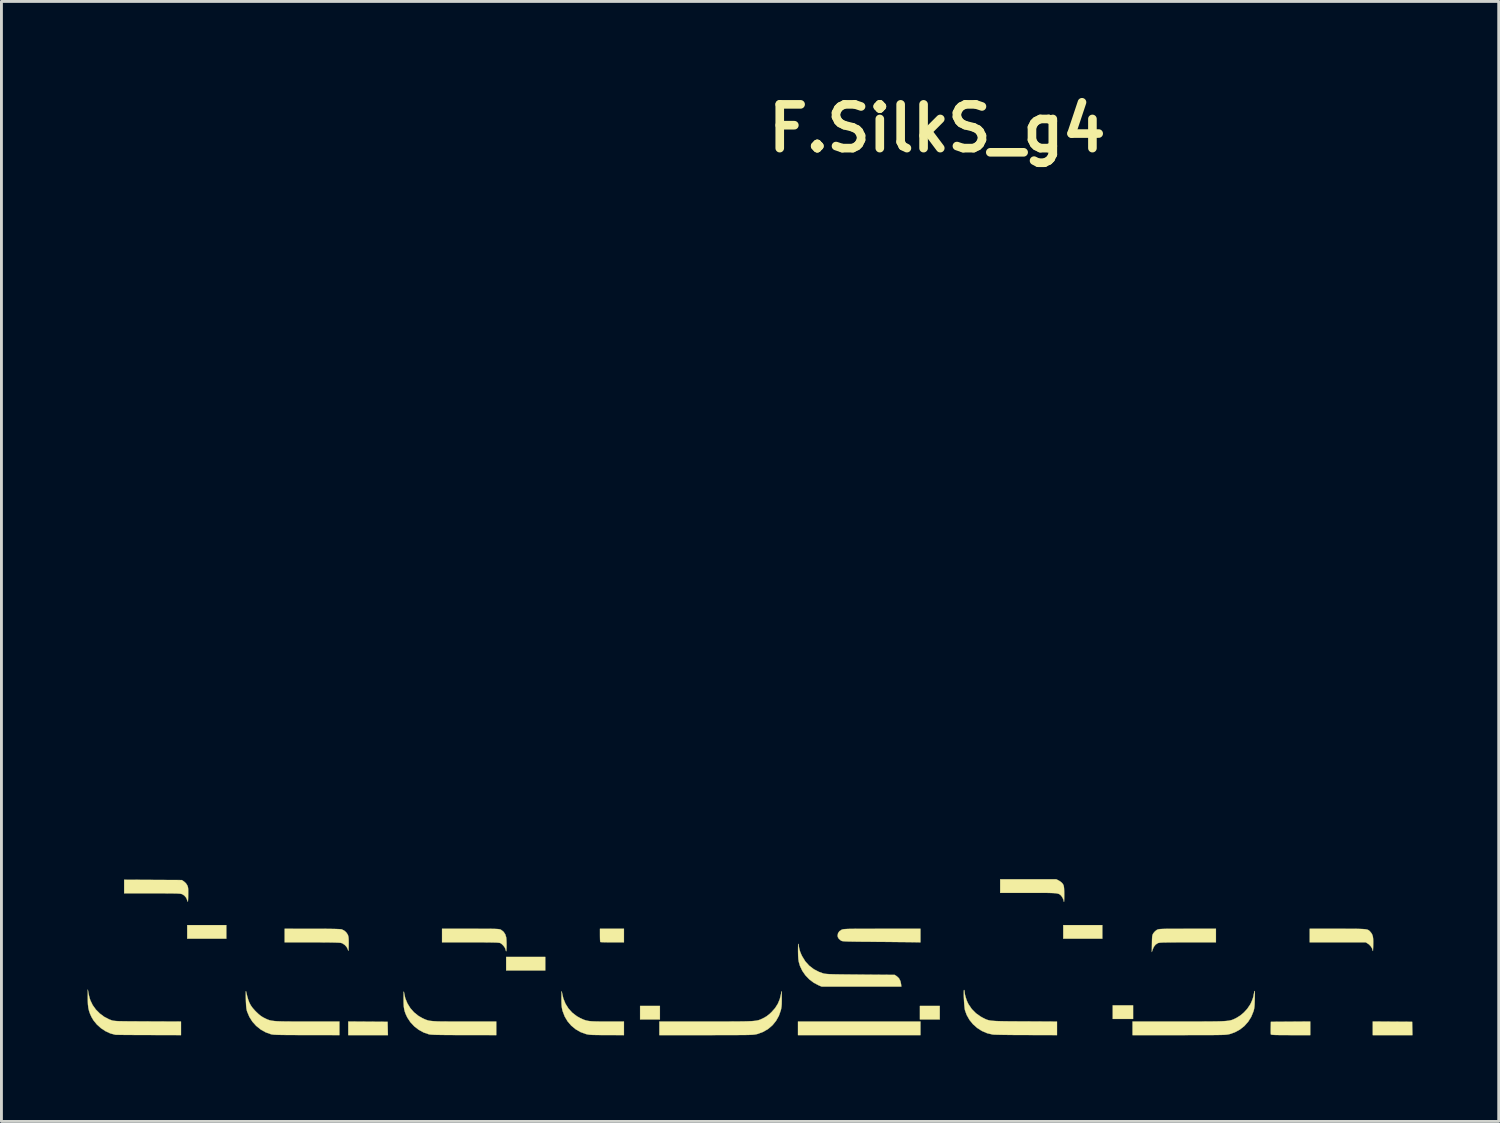
<source format=kicad_pcb>
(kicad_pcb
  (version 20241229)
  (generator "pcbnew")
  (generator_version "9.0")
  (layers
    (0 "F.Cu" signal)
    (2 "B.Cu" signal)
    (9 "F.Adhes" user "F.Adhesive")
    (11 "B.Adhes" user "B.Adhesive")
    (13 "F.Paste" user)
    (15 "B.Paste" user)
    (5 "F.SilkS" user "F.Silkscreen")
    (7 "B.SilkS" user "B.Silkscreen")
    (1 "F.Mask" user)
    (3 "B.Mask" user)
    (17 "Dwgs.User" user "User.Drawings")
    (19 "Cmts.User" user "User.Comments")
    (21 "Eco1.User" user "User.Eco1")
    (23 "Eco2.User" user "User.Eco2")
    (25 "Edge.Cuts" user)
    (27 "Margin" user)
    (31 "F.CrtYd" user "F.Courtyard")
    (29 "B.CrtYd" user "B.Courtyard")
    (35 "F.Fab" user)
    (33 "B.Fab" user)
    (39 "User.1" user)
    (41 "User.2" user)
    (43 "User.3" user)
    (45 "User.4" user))
  (footprint "F.SilkS_g4"
    (layer "F.Cu")
    (at 29.576 1.418)
    (property "Reference" "F.SilkS_g4" (at 0 0 0) (layer "F.SilkS") (effects (font (size 1.524 1.524) (thickness 0.3))))
    (attr through_hole)
    (fp_poly (pts (xy -24.747 28.212) (xy -26.108 28.212) (xy -26.108 27.74) (xy -24.747 27.74) (xy -24.747 28.212)) (stroke (width 0.01) (type solid)) (fill yes) (layer "F.SilkS"))
    (fp_poly (pts (xy -13.643 29.319) (xy -15.004 29.319) (xy -15.004 28.847) (xy -13.643 28.847) (xy -13.643 29.319)) (stroke (width 0.01) (type solid)) (fill yes) (layer "F.SilkS"))
    (fp_poly (pts (xy -9.652 31.024) (xy -10.341 31.024) (xy -10.341 30.553) (xy -9.652 30.553) (xy -9.652 31.024)) (stroke (width 0.01) (type solid)) (fill yes) (layer "F.SilkS"))
    (fp_poly (pts (xy -0.581 31.569) (xy -4.844 31.569) (xy -4.844 31.097) (xy -0.581 31.097) (xy -0.581 31.569)) (stroke (width 0.01) (type solid)) (fill yes) (layer "F.SilkS"))
    (fp_poly (pts (xy 0.091 31.024) (xy -0.599 31.024) (xy -0.599 30.553) (xy 0.091 30.553) (xy 0.091 31.024)) (stroke (width 0.01) (type solid)) (fill yes) (layer "F.SilkS"))
    (fp_poly (pts (xy 5.751 28.212) (xy 4.391 28.212) (xy 4.391 27.74) (xy 5.751 27.74) (xy 5.751 28.212)) (stroke (width 0.01) (type solid)) (fill yes) (layer "F.SilkS"))
    (fp_poly (pts (xy 6.822 31.006) (xy 6.114 31.006) (xy 6.114 30.534) (xy 6.822 30.534) (xy 6.822 31.006)) (stroke (width 0.01) (type solid)) (fill yes) (layer "F.SilkS"))
    (fp_poly (pts (xy -19.817 31.101) (xy -19.132 31.106) (xy -19.127 31.337) (xy -19.121 31.569) (xy -20.501 31.569) (xy -20.501 31.096) (xy -19.817 31.101)) (stroke (width 0.01) (type solid)) (fill yes) (layer "F.SilkS"))
    (fp_poly (pts (xy 15.852 31.101) (xy 16.537 31.106) (xy 16.542 31.337) (xy 16.547 31.569) (xy 15.167 31.569) (xy 15.167 31.096) (xy 15.852 31.101)) (stroke (width 0.01) (type solid)) (fill yes) (layer "F.SilkS"))
    (fp_poly (pts (xy -10.904 28.339) (xy -11.309 28.339) (xy -11.427 28.339) (xy -11.532 28.337) (xy -11.62 28.335) (xy -11.684 28.332) (xy -11.721 28.329) (xy -11.726 28.327) (xy -11.731 28.305) (xy -11.735 28.255) (xy -11.737 28.182) (xy -11.738 28.096) (xy -11.738 28.091) (xy -11.738 27.867) (xy -10.904 27.867) (xy -10.904 28.339)) (stroke (width 0.01) (type solid)) (fill yes) (layer "F.SilkS"))
    (fp_poly (pts (xy 12.99 31.569) (xy 12.309 31.569) (xy 12.128 31.568) (xy 11.979 31.568) (xy 11.861 31.566) (xy 11.771 31.564) (xy 11.704 31.561) (xy 11.659 31.557) (xy 11.632 31.552) (xy 11.62 31.546) (xy 11.619 31.545) (xy 11.616 31.518) (xy 11.614 31.463) (xy 11.614 31.389) (xy 11.615 31.313) (xy 11.62 31.106) (xy 12.305 31.101) (xy 12.99 31.096) (xy 12.99 31.569)) (stroke (width 0.01) (type solid)) (fill yes) (layer "F.SilkS"))
    (fp_poly (pts (xy 14.164 27.867) (xy 14.352 27.868) (xy 14.509 27.868) (xy 14.639 27.87) (xy 14.744 27.873) (xy 14.829 27.877) (xy 14.895 27.882) (xy 14.946 27.89) (xy 14.985 27.9) (xy 15.015 27.913) (xy 15.038 27.929) (xy 15.059 27.948) (xy 15.079 27.97) (xy 15.09 27.982) (xy 15.127 28.03) (xy 15.153 28.082) (xy 15.171 28.143) (xy 15.18 28.22) (xy 15.183 28.321) (xy 15.181 28.43) (xy 15.179 28.516) (xy 15.176 28.583) (xy 15.174 28.627) (xy 15.172 28.642) (xy 15.171 28.64) (xy 15.148 28.56) (xy 15.1 28.48) (xy 15.036 28.412) (xy 15.007 28.392) (xy 14.924 28.339) (xy 12.972 28.339) (xy 12.972 27.867) (xy 13.943 27.867) (xy 14.164 27.867)) (stroke (width 0.01) (type solid)) (fill yes) (layer "F.SilkS"))
    (fp_poly (pts (xy -27.299 26.166) (xy -26.295 26.171) (xy -26.222 26.22) (xy -26.154 26.282) (xy -26.109 26.349) (xy -26.094 26.384) (xy -26.083 26.419) (xy -26.077 26.462) (xy -26.074 26.519) (xy -26.074 26.599) (xy -26.075 26.698) (xy -26.077 26.8) (xy -26.08 26.87) (xy -26.083 26.91) (xy -26.087 26.924) (xy -26.092 26.917) (xy -26.1 26.892) (xy -26.102 26.886) (xy -26.144 26.785) (xy -26.211 26.709) (xy -26.272 26.669) (xy -26.288 26.662) (xy -26.307 26.655) (xy -26.331 26.65) (xy -26.363 26.645) (xy -26.406 26.642) (xy -26.464 26.639) (xy -26.539 26.637) (xy -26.634 26.636) (xy -26.753 26.635) (xy -26.899 26.634) (xy -27.074 26.634) (xy -27.282 26.634) (xy -27.322 26.634) (xy -28.303 26.634) (xy -28.303 26.161) (xy -27.299 26.166)) (stroke (width 0.01) (type solid)) (fill yes) (layer "F.SilkS"))
    (fp_poly (pts (xy 4.237 26.189) (xy 4.305 26.233) (xy 4.361 26.286) (xy 4.372 26.301) (xy 4.392 26.334) (xy 4.406 26.368) (xy 4.414 26.411) (xy 4.42 26.473) (xy 4.423 26.561) (xy 4.424 26.578) (xy 4.425 26.653) (xy 4.425 26.729) (xy 4.424 26.801) (xy 4.422 26.863) (xy 4.42 26.908) (xy 4.417 26.932) (xy 4.414 26.93) (xy 4.412 26.91) (xy 4.398 26.855) (xy 4.368 26.789) (xy 4.33 26.73) (xy 4.306 26.702) (xy 4.285 26.684) (xy 4.264 26.668) (xy 4.239 26.655) (xy 4.209 26.645) (xy 4.169 26.636) (xy 4.118 26.629) (xy 4.051 26.624) (xy 3.966 26.621) (xy 3.859 26.618) (xy 3.729 26.617) (xy 3.571 26.616) (xy 3.382 26.616) (xy 3.167 26.616) (xy 2.195 26.616) (xy 2.195 26.144) (xy 4.148 26.144) (xy 4.237 26.189)) (stroke (width 0.01) (type solid)) (fill yes) (layer "F.SilkS"))
    (fp_poly (pts (xy -21.758 27.868) (xy -21.522 27.868) (xy -21.313 27.869) (xy -21.135 27.871) (xy -20.987 27.873) (xy -20.871 27.877) (xy -20.789 27.881) (xy -20.741 27.885) (xy -20.732 27.887) (xy -20.646 27.928) (xy -20.57 27.995) (xy -20.516 28.077) (xy -20.511 28.091) (xy -20.499 28.133) (xy -20.491 28.186) (xy -20.487 28.256) (xy -20.486 28.352) (xy -20.487 28.419) (xy -20.489 28.518) (xy -20.492 28.584) (xy -20.495 28.621) (xy -20.499 28.632) (xy -20.505 28.622) (xy -20.513 28.593) (xy -20.514 28.59) (xy -20.552 28.509) (xy -20.616 28.436) (xy -20.695 28.38) (xy -20.75 28.359) (xy -20.786 28.354) (xy -20.858 28.35) (xy -20.964 28.346) (xy -21.103 28.343) (xy -21.275 28.341) (xy -21.478 28.34) (xy -21.711 28.339) (xy -21.767 28.339) (xy -22.715 28.339) (xy -22.715 27.867) (xy -21.758 27.868)) (stroke (width 0.01) (type solid)) (fill yes) (layer "F.SilkS"))
    (fp_poly (pts (xy 9.706 28.339) (xy 8.725 28.339) (xy 8.507 28.339) (xy 8.323 28.34) (xy 8.169 28.34) (xy 8.043 28.342) (xy 7.941 28.343) (xy 7.861 28.345) (xy 7.8 28.348) (xy 7.754 28.352) (xy 7.721 28.357) (xy 7.698 28.362) (xy 7.684 28.367) (xy 7.605 28.419) (xy 7.547 28.493) (xy 7.508 28.579) (xy 7.475 28.675) (xy 7.479 28.383) (xy 7.481 28.274) (xy 7.484 28.194) (xy 7.488 28.137) (xy 7.495 28.097) (xy 7.505 28.066) (xy 7.519 28.038) (xy 7.534 28.016) (xy 7.58 27.962) (xy 7.636 27.915) (xy 7.656 27.904) (xy 7.672 27.896) (xy 7.691 27.889) (xy 7.714 27.884) (xy 7.745 27.879) (xy 7.787 27.876) (xy 7.842 27.873) (xy 7.915 27.871) (xy 8.007 27.869) (xy 8.123 27.868) (xy 8.265 27.868) (xy 8.435 27.868) (xy 8.638 27.867) (xy 8.717 27.867) (xy 9.706 27.867) (xy 9.706 28.339)) (stroke (width 0.01) (type solid)) (fill yes) (layer "F.SilkS"))
    (fp_poly (pts (xy -16.026 27.867) (xy -15.844 27.868) (xy -15.691 27.868) (xy -15.566 27.869) (xy -15.465 27.87) (xy -15.386 27.872) (xy -15.324 27.875) (xy -15.278 27.878) (xy -15.244 27.883) (xy -15.219 27.888) (xy -15.201 27.894) (xy -15.186 27.901) (xy -15.098 27.968) (xy -15.036 28.059) (xy -15.004 28.161) (xy -14.998 28.209) (xy -14.994 28.274) (xy -14.991 28.35) (xy -14.99 28.43) (xy -14.991 28.507) (xy -14.993 28.573) (xy -14.997 28.623) (xy -15.002 28.649) (xy -15.007 28.648) (xy -15.02 28.609) (xy -15.03 28.571) (xy -15.054 28.517) (xy -15.099 28.457) (xy -15.154 28.402) (xy -15.206 28.365) (xy -15.222 28.36) (xy -15.248 28.355) (xy -15.286 28.351) (xy -15.34 28.347) (xy -15.412 28.345) (xy -15.505 28.343) (xy -15.622 28.341) (xy -15.766 28.34) (xy -15.939 28.339) (xy -16.144 28.339) (xy -16.246 28.339) (xy -17.236 28.339) (xy -17.236 27.867) (xy -16.242 27.867) (xy -16.026 27.867)) (stroke (width 0.01) (type solid)) (fill yes) (layer "F.SilkS"))
    (fp_poly (pts (xy -4.828 28.406) (xy -4.824 28.43) (xy -4.801 28.554) (xy -4.772 28.658) (xy -4.731 28.759) (xy -4.696 28.83) (xy -4.588 29.004) (xy -4.454 29.152) (xy -4.295 29.274) (xy -4.112 29.369) (xy -3.963 29.422) (xy -3.938 29.428) (xy -3.909 29.433) (xy -3.871 29.438) (xy -3.824 29.442) (xy -3.763 29.446) (xy -3.686 29.449) (xy -3.59 29.452) (xy -3.473 29.454) (xy -3.331 29.456) (xy -3.162 29.458) (xy -2.964 29.46) (xy -2.732 29.462) (xy -2.666 29.463) (xy -1.476 29.473) (xy -1.403 29.521) (xy -1.328 29.592) (xy -1.278 29.688) (xy -1.256 29.795) (xy -1.247 29.881) (xy -4.019 29.88) (xy -4.122 29.837) (xy -4.293 29.747) (xy -4.449 29.63) (xy -4.583 29.49) (xy -4.694 29.331) (xy -4.775 29.16) (xy -4.817 29.016) (xy -4.831 28.924) (xy -4.839 28.799) (xy -4.842 28.646) (xy -4.842 28.611) (xy -4.841 28.508) (xy -4.839 28.439) (xy -4.837 28.4) (xy -4.833 28.39) (xy -4.828 28.406)) (stroke (width 0.01) (type solid)) (fill yes) (layer "F.SilkS"))
    (fp_poly (pts (xy -13.066 30.058) (xy -13.061 30.09) (xy -13.015 30.291) (xy -12.939 30.477) (xy -12.834 30.644) (xy -12.702 30.789) (xy -12.547 30.909) (xy -12.437 30.971) (xy -12.369 31.003) (xy -12.309 31.03) (xy -12.25 31.051) (xy -12.189 31.067) (xy -12.121 31.079) (xy -12.041 31.087) (xy -11.944 31.092) (xy -11.826 31.095) (xy -11.681 31.097) (xy -11.505 31.097) (xy -11.49 31.097) (xy -10.904 31.097) (xy -10.904 31.569) (xy -11.498 31.568) (xy -11.665 31.567) (xy -11.801 31.566) (xy -11.909 31.564) (xy -11.995 31.562) (xy -12.063 31.558) (xy -12.117 31.553) (xy -12.162 31.546) (xy -12.203 31.537) (xy -12.225 31.532) (xy -12.413 31.464) (xy -12.584 31.366) (xy -12.736 31.241) (xy -12.864 31.092) (xy -12.965 30.923) (xy -13.037 30.735) (xy -13.046 30.702) (xy -13.06 30.638) (xy -13.07 30.571) (xy -13.076 30.493) (xy -13.079 30.396) (xy -13.079 30.273) (xy -13.078 30.168) (xy -13.076 30.096) (xy -13.074 30.056) (xy -13.071 30.044) (xy -13.066 30.058)) (stroke (width 0.01) (type solid)) (fill yes) (layer "F.SilkS"))
    (fp_poly (pts (xy -0.581 28.339) (xy -0.776 28.335) (xy -0.828 28.334) (xy -0.914 28.333) (xy -1.028 28.332) (xy -1.167 28.33) (xy -1.327 28.329) (xy -1.505 28.327) (xy -1.697 28.325) (xy -1.899 28.323) (xy -2.107 28.322) (xy -2.133 28.321) (xy -2.367 28.319) (xy -2.568 28.318) (xy -2.739 28.316) (xy -2.881 28.314) (xy -2.998 28.312) (xy -3.092 28.31) (xy -3.166 28.307) (xy -3.223 28.304) (xy -3.266 28.3) (xy -3.297 28.296) (xy -3.319 28.291) (xy -3.335 28.285) (xy -3.348 28.278) (xy -3.348 28.278) (xy -3.42 28.219) (xy -3.457 28.155) (xy -3.465 28.107) (xy -3.449 28.021) (xy -3.402 27.952) (xy -3.333 27.906) (xy -3.318 27.898) (xy -3.301 27.892) (xy -3.281 27.887) (xy -3.256 27.882) (xy -3.221 27.879) (xy -3.175 27.876) (xy -3.116 27.873) (xy -3.04 27.871) (xy -2.945 27.87) (xy -2.829 27.869) (xy -2.688 27.868) (xy -2.521 27.868) (xy -2.324 27.868) (xy -2.095 27.867) (xy -1.917 27.867) (xy -0.581 27.867) (xy -0.581 28.339)) (stroke (width 0.01) (type solid)) (fill yes) (layer "F.SilkS"))
    (fp_poly (pts (xy -29.544 30.117) (xy -29.526 30.203) (xy -29.502 30.292) (xy -29.48 30.359) (xy -29.399 30.526) (xy -29.288 30.68) (xy -29.151 30.818) (xy -28.995 30.934) (xy -28.824 31.022) (xy -28.757 31.047) (xy -28.732 31.056) (xy -28.708 31.063) (xy -28.681 31.068) (xy -28.648 31.073) (xy -28.607 31.077) (xy -28.555 31.081) (xy -28.488 31.084) (xy -28.405 31.086) (xy -28.301 31.087) (xy -28.174 31.089) (xy -28.022 31.09) (xy -27.84 31.091) (xy -27.627 31.092) (xy -27.482 31.093) (xy -26.325 31.098) (xy -26.325 31.569) (xy -27.446 31.566) (xy -27.645 31.566) (xy -27.835 31.565) (xy -28.011 31.564) (xy -28.171 31.563) (xy -28.311 31.562) (xy -28.429 31.56) (xy -28.52 31.559) (xy -28.581 31.558) (xy -28.61 31.556) (xy -28.611 31.556) (xy -28.785 31.51) (xy -28.955 31.431) (xy -29.113 31.326) (xy -29.254 31.199) (xy -29.372 31.054) (xy -29.443 30.933) (xy -29.491 30.827) (xy -29.526 30.726) (xy -29.55 30.62) (xy -29.564 30.502) (xy -29.57 30.361) (xy -29.571 30.253) (xy -29.569 29.981) (xy -29.544 30.117)) (stroke (width 0.01) (type solid)) (fill yes) (layer "F.SilkS"))
    (fp_poly (pts (xy -18.561 30.076) (xy -18.56 30.085) (xy -18.518 30.281) (xy -18.443 30.464) (xy -18.34 30.631) (xy -18.21 30.778) (xy -18.058 30.9) (xy -17.934 30.971) (xy -17.884 30.996) (xy -17.838 31.017) (xy -17.795 31.035) (xy -17.751 31.05) (xy -17.703 31.063) (xy -17.647 31.073) (xy -17.582 31.08) (xy -17.503 31.086) (xy -17.408 31.091) (xy -17.294 31.094) (xy -17.157 31.095) (xy -16.994 31.096) (xy -16.803 31.097) (xy -16.58 31.097) (xy -16.461 31.097) (xy -15.349 31.097) (xy -15.349 31.569) (xy -16.469 31.567) (xy -16.71 31.567) (xy -16.917 31.566) (xy -17.093 31.565) (xy -17.241 31.563) (xy -17.364 31.561) (xy -17.463 31.559) (xy -17.542 31.556) (xy -17.603 31.552) (xy -17.65 31.548) (xy -17.684 31.542) (xy -17.696 31.54) (xy -17.877 31.478) (xy -18.047 31.385) (xy -18.202 31.265) (xy -18.336 31.122) (xy -18.442 30.962) (xy -18.461 30.924) (xy -18.503 30.834) (xy -18.533 30.751) (xy -18.554 30.667) (xy -18.568 30.574) (xy -18.574 30.464) (xy -18.576 30.328) (xy -18.576 30.281) (xy -18.575 30.174) (xy -18.573 30.101) (xy -18.57 30.061) (xy -18.566 30.053) (xy -18.561 30.076)) (stroke (width 0.01) (type solid)) (fill yes) (layer "F.SilkS"))
    (fp_poly (pts (xy 0.942 29.999) (xy 0.955 30.044) (xy 0.96 30.093) (xy 0.969 30.159) (xy 0.992 30.246) (xy 1.023 30.34) (xy 1.06 30.431) (xy 1.091 30.492) (xy 1.207 30.662) (xy 1.348 30.806) (xy 1.515 30.924) (xy 1.583 30.962) (xy 1.63 30.986) (xy 1.673 31.007) (xy 1.713 31.025) (xy 1.754 31.04) (xy 1.8 31.052) (xy 1.852 31.062) (xy 1.915 31.07) (xy 1.991 31.076) (xy 2.084 31.081) (xy 2.195 31.084) (xy 2.329 31.087) (xy 2.488 31.089) (xy 2.676 31.09) (xy 2.895 31.092) (xy 3.043 31.092) (xy 4.173 31.099) (xy 4.173 31.569) (xy 3.107 31.566) (xy 2.91 31.566) (xy 2.721 31.565) (xy 2.544 31.563) (xy 2.382 31.561) (xy 2.239 31.559) (xy 2.119 31.556) (xy 2.025 31.554) (xy 1.961 31.551) (xy 1.933 31.548) (xy 1.741 31.503) (xy 1.56 31.426) (xy 1.395 31.32) (xy 1.249 31.19) (xy 1.126 31.039) (xy 1.03 30.869) (xy 0.971 30.707) (xy 0.962 30.661) (xy 0.954 30.594) (xy 0.946 30.513) (xy 0.939 30.421) (xy 0.934 30.326) (xy 0.93 30.233) (xy 0.928 30.148) (xy 0.928 30.076) (xy 0.931 30.024) (xy 0.935 29.997) (xy 0.942 29.999)) (stroke (width 0.01) (type solid)) (fill yes) (layer "F.SilkS"))
    (fp_poly (pts (xy -24.059 30.048) (xy -24.056 30.063) (xy -24.019 30.217) (xy -23.982 30.343) (xy -23.941 30.447) (xy -23.892 30.538) (xy -23.832 30.622) (xy -23.757 30.708) (xy -23.713 30.753) (xy -23.625 30.837) (xy -23.549 30.899) (xy -23.474 30.947) (xy -23.422 30.974) (xy -23.373 30.998) (xy -23.329 31.019) (xy -23.286 31.036) (xy -23.241 31.051) (xy -23.191 31.063) (xy -23.133 31.072) (xy -23.065 31.08) (xy -22.983 31.086) (xy -22.883 31.09) (xy -22.764 31.093) (xy -22.622 31.095) (xy -22.454 31.096) (xy -22.257 31.096) (xy -22.028 31.097) (xy -21.93 31.097) (xy -20.81 31.097) (xy -20.81 31.569) (xy -21.948 31.567) (xy -22.189 31.567) (xy -22.397 31.566) (xy -22.573 31.565) (xy -22.722 31.564) (xy -22.844 31.562) (xy -22.944 31.56) (xy -23.023 31.557) (xy -23.085 31.554) (xy -23.132 31.549) (xy -23.167 31.544) (xy -23.187 31.54) (xy -23.376 31.472) (xy -23.55 31.374) (xy -23.706 31.249) (xy -23.839 31.101) (xy -23.945 30.933) (xy -24.022 30.75) (xy -24.032 30.716) (xy -24.046 30.645) (xy -24.057 30.542) (xy -24.064 30.405) (xy -24.067 30.299) (xy -24.069 30.185) (xy -24.069 30.106) (xy -24.068 30.058) (xy -24.065 30.04) (xy -24.059 30.048)) (stroke (width 0.01) (type solid)) (fill yes) (layer "F.SilkS"))
    (fp_poly (pts (xy -5.413 30.058) (xy -5.411 30.102) (xy -5.41 30.177) (xy -5.409 30.273) (xy -5.409 30.397) (xy -5.411 30.493) (xy -5.417 30.57) (xy -5.427 30.636) (xy -5.441 30.701) (xy -5.442 30.705) (xy -5.51 30.898) (xy -5.607 31.071) (xy -5.731 31.224) (xy -5.88 31.352) (xy -6.05 31.453) (xy -6.24 31.525) (xy -6.27 31.533) (xy -6.296 31.539) (xy -6.322 31.544) (xy -6.351 31.549) (xy -6.387 31.553) (xy -6.43 31.557) (xy -6.484 31.559) (xy -6.551 31.562) (xy -6.633 31.564) (xy -6.733 31.565) (xy -6.853 31.566) (xy -6.996 31.567) (xy -7.164 31.568) (xy -7.359 31.568) (xy -7.584 31.568) (xy -7.841 31.569) (xy -8.04 31.569) (xy -9.67 31.569) (xy -9.67 31.097) (xy -8.042 31.097) (xy -7.751 31.097) (xy -7.495 31.096) (xy -7.27 31.096) (xy -7.073 31.095) (xy -6.904 31.094) (xy -6.759 31.092) (xy -6.635 31.09) (xy -6.531 31.086) (xy -6.444 31.082) (xy -6.371 31.076) (xy -6.311 31.068) (xy -6.26 31.059) (xy -6.216 31.049) (xy -6.178 31.036) (xy -6.142 31.022) (xy -6.106 31.005) (xy -6.067 30.987) (xy -6.042 30.974) (xy -5.94 30.916) (xy -5.842 30.84) (xy -5.768 30.771) (xy -5.641 30.628) (xy -5.546 30.479) (xy -5.478 30.315) (xy -5.433 30.13) (xy -5.427 30.089) (xy -5.421 30.055) (xy -5.417 30.043) (xy -5.413 30.058)) (stroke (width 0.01) (type solid)) (fill yes) (layer "F.SilkS"))
    (fp_poly (pts (xy 11.058 30.034) (xy 11.061 30.068) (xy 11.062 30.137) (xy 11.06 30.24) (xy 11.059 30.29) (xy 11.056 30.415) (xy 11.052 30.512) (xy 11.046 30.587) (xy 11.037 30.648) (xy 11.025 30.702) (xy 11.013 30.743) (xy 10.935 30.934) (xy 10.828 31.105) (xy 10.695 31.253) (xy 10.539 31.377) (xy 10.363 31.472) (xy 10.185 31.533) (xy 10.16 31.539) (xy 10.134 31.544) (xy 10.104 31.549) (xy 10.069 31.553) (xy 10.025 31.557) (xy 9.971 31.56) (xy 9.904 31.562) (xy 9.822 31.564) (xy 9.721 31.565) (xy 9.601 31.567) (xy 9.458 31.567) (xy 9.289 31.568) (xy 9.094 31.568) (xy 8.868 31.568) (xy 8.61 31.569) (xy 8.424 31.569) (xy 6.804 31.569) (xy 6.804 31.097) (xy 8.423 31.097) (xy 8.713 31.097) (xy 8.968 31.096) (xy 9.193 31.096) (xy 9.388 31.095) (xy 9.557 31.094) (xy 9.702 31.092) (xy 9.824 31.09) (xy 9.928 31.086) (xy 10.015 31.081) (xy 10.087 31.075) (xy 10.147 31.068) (xy 10.197 31.059) (xy 10.241 31.048) (xy 10.279 31.036) (xy 10.315 31.021) (xy 10.352 31.005) (xy 10.39 30.986) (xy 10.414 30.974) (xy 10.549 30.891) (xy 10.68 30.782) (xy 10.797 30.654) (xy 10.891 30.516) (xy 10.918 30.467) (xy 10.954 30.387) (xy 10.986 30.306) (xy 11.007 30.237) (xy 11.01 30.222) (xy 11.029 30.128) (xy 11.043 30.065) (xy 11.052 30.033) (xy 11.058 30.034)) (stroke (width 0.01) (type solid)) (fill yes) (layer "F.SilkS")))
  (gr_rect
    (start -3 -3)
    (end 49.128 35.992)
    (stroke (width 0.1) (type default))
    (fill no)
    (layer "Edge.Cuts")))
</source>
